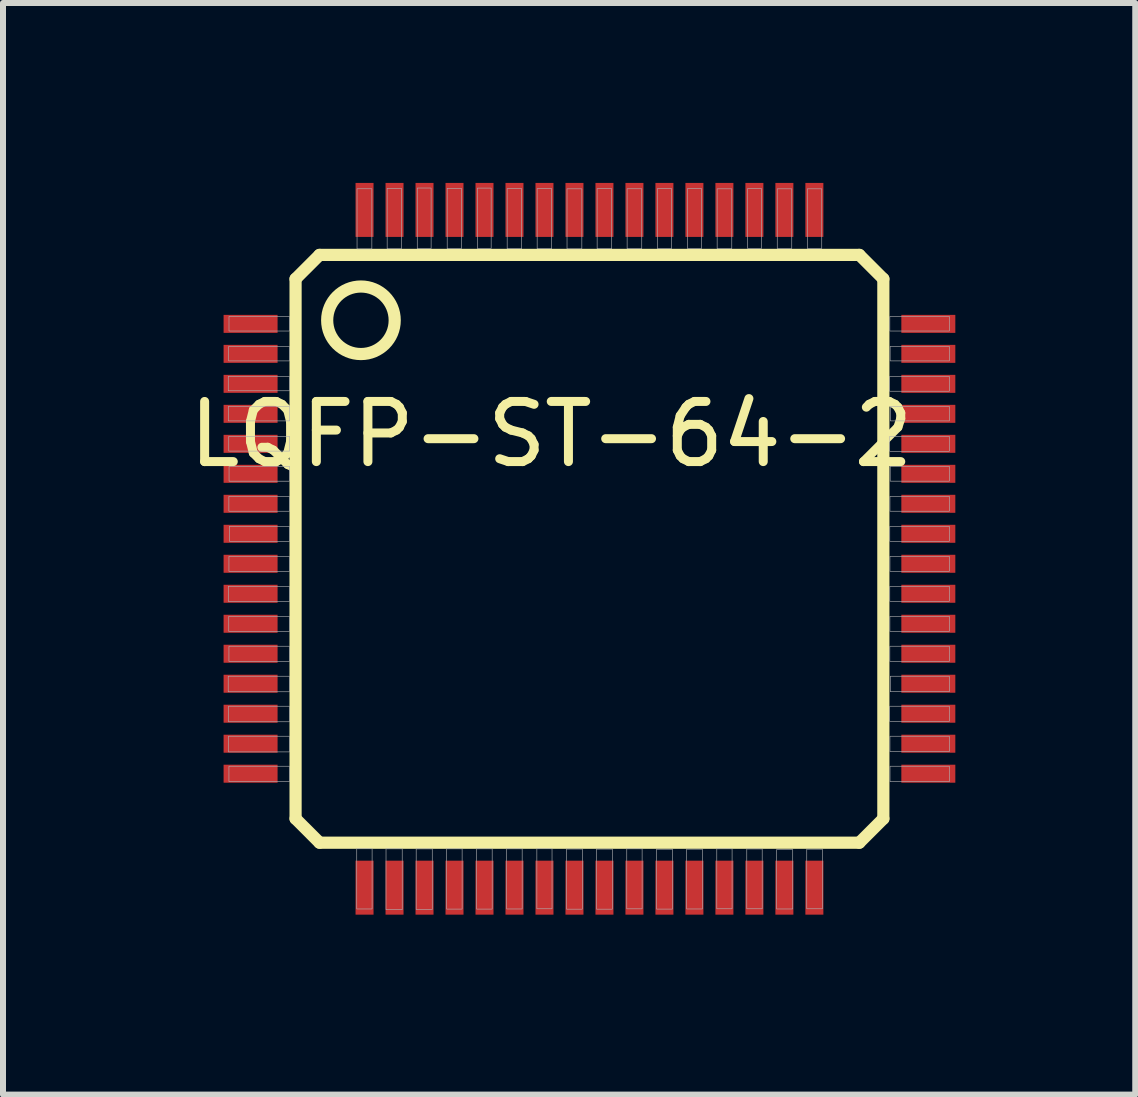
<source format=kicad_pcb>
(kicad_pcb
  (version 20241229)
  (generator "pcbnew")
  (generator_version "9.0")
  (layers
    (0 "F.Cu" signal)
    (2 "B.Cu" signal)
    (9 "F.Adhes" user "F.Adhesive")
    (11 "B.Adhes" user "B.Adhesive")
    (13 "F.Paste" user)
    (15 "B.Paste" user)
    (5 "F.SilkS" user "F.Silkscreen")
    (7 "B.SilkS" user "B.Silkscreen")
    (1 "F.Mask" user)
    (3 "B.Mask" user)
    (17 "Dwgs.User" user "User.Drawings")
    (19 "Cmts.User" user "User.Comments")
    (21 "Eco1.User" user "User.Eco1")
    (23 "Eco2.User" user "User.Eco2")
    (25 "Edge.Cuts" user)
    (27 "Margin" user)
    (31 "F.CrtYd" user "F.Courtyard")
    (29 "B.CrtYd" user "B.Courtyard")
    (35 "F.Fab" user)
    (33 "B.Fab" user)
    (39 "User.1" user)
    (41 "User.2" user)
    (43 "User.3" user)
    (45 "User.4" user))
  (footprint "LQFP-ST-64-2"
    (layer "F.Cu")
    (at 6.778 6.1)
    (property "Reference" "LQFP-ST-64-2" (at -0.637 -1.91 0) (layer "F.SilkS") (effects (font (size 1.003 1.003) (thickness 0.15))))
    (attr smd)
    (fp_line (start -4.9 -4.5) (end -4.5 -4.9) (stroke (width 0.203) (type solid)) (layer "F.SilkS"))
    (fp_line (start -4.9 4.5) (end -4.9 -4.5) (stroke (width 0.203) (type solid)) (layer "F.SilkS"))
    (fp_line (start -4.5 -4.9) (end 4.5 -4.9) (stroke (width 0.203) (type solid)) (layer "F.SilkS"))
    (fp_line (start -4.5 4.9) (end -4.9 4.5) (stroke (width 0.203) (type solid)) (layer "F.SilkS"))
    (fp_line (start 4.5 -4.9) (end 4.9 -4.5) (stroke (width 0.203) (type solid)) (layer "F.SilkS"))
    (fp_line (start 4.5 4.9) (end -4.5 4.9) (stroke (width 0.203) (type solid)) (layer "F.SilkS"))
    (fp_line (start 4.9 -4.5) (end 4.9 4.5) (stroke (width 0.203) (type solid)) (layer "F.SilkS"))
    (fp_line (start 4.9 4.5) (end 4.5 4.9) (stroke (width 0.203) (type solid)) (layer "F.SilkS"))
    (fp_circle (center -3.81 -3.81) (end -3.247 -3.81) (stroke (width 0.203) (type solid)) (fill no) (layer "F.SilkS"))
    (fp_poly (pts (xy -6.023 2.125) (xy -5 2.125) (xy -5 2.384) (xy -6.023 2.384)) (stroke (width 0.01) (type solid)) (fill no) (layer "F.Fab"))
    (fp_poly (pts (xy -6.022 -2.875) (xy -5 -2.875) (xy -5 -2.635) (xy -6.022 -2.635)) (stroke (width 0.01) (type solid)) (fill no) (layer "F.Fab"))
    (fp_poly (pts (xy -6.021 0.625) (xy -5 0.625) (xy -5 0.878) (xy -6.021 0.878)) (stroke (width 0.01) (type solid)) (fill no) (layer "F.Fab"))
    (fp_poly (pts (xy -6.02 -2.375) (xy -5 -2.375) (xy -5 -2.132) (xy -6.02 -2.132)) (stroke (width 0.01) (type solid)) (fill no) (layer "F.Fab"))
    (fp_poly (pts (xy -6.019 3.125) (xy -5 3.125) (xy -5 3.386) (xy -6.019 3.386)) (stroke (width 0.01) (type solid)) (fill no) (layer "F.Fab"))
    (fp_poly (pts (xy -6.018 2.625) (xy -5 2.625) (xy -5 2.884) (xy -6.018 2.884)) (stroke (width 0.01) (type solid)) (fill no) (layer "F.Fab"))
    (fp_poly (pts (xy -6.015 -3.375) (xy -5 -3.375) (xy -5 -3.133) (xy -6.015 -3.133)) (stroke (width 0.01) (type solid)) (fill no) (layer "F.Fab"))
    (fp_poly (pts (xy -6.014 1.125) (xy -5 1.125) (xy -5 1.378) (xy -6.014 1.378)) (stroke (width 0.01) (type solid)) (fill no) (layer "F.Fab"))
    (fp_poly (pts (xy -6.014 -1.875) (xy -5 -1.875) (xy -5 -1.629) (xy -6.014 -1.629)) (stroke (width 0.01) (type solid)) (fill no) (layer "F.Fab"))
    (fp_poly (pts (xy -6.012 -0.875) (xy -5 -0.875) (xy -5 -0.626) (xy -6.012 -0.626)) (stroke (width 0.01) (type solid)) (fill no) (layer "F.Fab"))
    (fp_poly (pts (xy -6.011 0.125) (xy -5 0.125) (xy -5 0.376) (xy -6.011 0.376)) (stroke (width 0.01) (type solid)) (fill no) (layer "F.Fab"))
    (fp_poly (pts (xy -6.011 3.625) (xy -5 3.625) (xy -5 3.882) (xy -6.011 3.882)) (stroke (width 0.01) (type solid)) (fill no) (layer "F.Fab"))
    (fp_poly (pts (xy -6.011 1.625) (xy -5 1.625) (xy -5 1.878) (xy -6.011 1.878)) (stroke (width 0.01) (type solid)) (fill no) (layer "F.Fab"))
    (fp_poly (pts (xy -6.01 -3.875) (xy -5 -3.875) (xy -5 -3.631) (xy -6.01 -3.631)) (stroke (width 0.01) (type solid)) (fill no) (layer "F.Fab"))
    (fp_poly (pts (xy -6.009 -1.375) (xy -5 -1.375) (xy -5 -1.127) (xy -6.009 -1.127)) (stroke (width 0.01) (type solid)) (fill no) (layer "F.Fab"))
    (fp_poly (pts (xy -6.003 -0.375) (xy -5 -0.375) (xy -5 -0.125) (xy -6.003 -0.125)) (stroke (width 0.01) (type solid)) (fill no) (layer "F.Fab"))
    (fp_poly (pts (xy -3.88 6.005) (xy -3.88 5.001) (xy -3.624 5.001) (xy -3.624 6.005)) (stroke (width 0.01) (type solid)) (fill no) (layer "F.Fab"))
    (fp_poly (pts (xy -3.628 -6.003) (xy -3.628 -5) (xy -3.875 -5) (xy -3.875 -6.003)) (stroke (width 0.01) (type solid)) (fill no) (layer "F.Fab"))
    (fp_poly (pts (xy -3.392 6.017) (xy -3.392 5.003) (xy -3.122 5.003) (xy -3.122 6.017)) (stroke (width 0.01) (type solid)) (fill no) (layer "F.Fab"))
    (fp_poly (pts (xy -3.134 -6.009) (xy -3.134 -5.002) (xy -3.373 -5.002) (xy -3.373 -6.009)) (stroke (width 0.01) (type solid)) (fill no) (layer "F.Fab"))
    (fp_poly (pts (xy -2.889 6.014) (xy -2.889 5.004) (xy -2.621 5.004) (xy -2.621 6.014)) (stroke (width 0.01) (type solid)) (fill no) (layer "F.Fab"))
    (fp_poly (pts (xy -2.64 -6.015) (xy -2.64 -5.004) (xy -2.871 -5.004) (xy -2.871 -6.015)) (stroke (width 0.01) (type solid)) (fill no) (layer "F.Fab"))
    (fp_poly (pts (xy -2.382 6.007) (xy -2.382 5.002) (xy -2.123 5.002) (xy -2.123 6.007)) (stroke (width 0.01) (type solid)) (fill no) (layer "F.Fab"))
    (fp_poly (pts (xy -2.135 -6.01) (xy -2.135 -5.003) (xy -2.372 -5.003) (xy -2.372 -6.01)) (stroke (width 0.01) (type solid)) (fill no) (layer "F.Fab"))
    (fp_poly (pts (xy -1.882 6.007) (xy -1.882 5.003) (xy -1.622 5.003) (xy -1.622 6.007)) (stroke (width 0.01) (type solid)) (fill no) (layer "F.Fab"))
    (fp_poly (pts (xy -1.639 -6.014) (xy -1.639 -5.006) (xy -1.869 -5.006) (xy -1.869 -6.014)) (stroke (width 0.01) (type solid)) (fill no) (layer "F.Fab"))
    (fp_poly (pts (xy -1.38 6.005) (xy -1.38 5.003) (xy -1.122 5.003) (xy -1.122 6.005)) (stroke (width 0.01) (type solid)) (fill no) (layer "F.Fab"))
    (fp_poly (pts (xy -1.13 -6.005) (xy -1.13 -5.003) (xy -1.372 -5.003) (xy -1.372 -6.005)) (stroke (width 0.01) (type solid)) (fill no) (layer "F.Fab"))
    (fp_poly (pts (xy -0.877 6.002) (xy -0.877 5.001) (xy -0.624 5.001) (xy -0.624 6.002)) (stroke (width 0.01) (type solid)) (fill no) (layer "F.Fab"))
    (fp_poly (pts (xy -0.63 -6.005) (xy -0.63 -5.003) (xy -0.872 -5.003) (xy -0.872 -6.005)) (stroke (width 0.01) (type solid)) (fill no) (layer "F.Fab"))
    (fp_poly (pts (xy -0.383 6.008) (xy -0.383 5.006) (xy -0.119 5.006) (xy -0.119 6.008)) (stroke (width 0.01) (type solid)) (fill no) (layer "F.Fab"))
    (fp_poly (pts (xy -0.127 -6.002) (xy -0.127 -5.001) (xy -0.374 -5.001) (xy -0.374 -6.002)) (stroke (width 0.01) (type solid)) (fill no) (layer "F.Fab"))
    (fp_poly (pts (xy 0.117 6.008) (xy 0.117 5.007) (xy 0.382 5.007) (xy 0.382 6.008)) (stroke (width 0.01) (type solid)) (fill no) (layer "F.Fab"))
    (fp_poly (pts (xy 0.371 -6.004) (xy 0.371 -5.003) (xy 0.128 -5.003) (xy 0.128 -6.004)) (stroke (width 0.01) (type solid)) (fill no) (layer "F.Fab"))
    (fp_poly (pts (xy 0.622 6.003) (xy 0.622 5.003) (xy 0.878 5.003) (xy 0.878 6.003)) (stroke (width 0.01) (type solid)) (fill no) (layer "F.Fab"))
    (fp_poly (pts (xy 0.872 -6.003) (xy 0.872 -5.003) (xy 0.628 -5.003) (xy 0.628 -6.003)) (stroke (width 0.01) (type solid)) (fill no) (layer "F.Fab"))
    (fp_poly (pts (xy 1.118 6.007) (xy 1.118 5.009) (xy 1.384 5.009) (xy 1.384 6.007)) (stroke (width 0.01) (type solid)) (fill no) (layer "F.Fab"))
    (fp_poly (pts (xy 1.371 -6.004) (xy 1.371 -5.006) (xy 1.131 -5.006) (xy 1.131 -6.004)) (stroke (width 0.01) (type solid)) (fill no) (layer "F.Fab"))
    (fp_poly (pts (xy 1.62 6.005) (xy 1.62 5.008) (xy 1.883 5.008) (xy 1.883 6.005)) (stroke (width 0.01) (type solid)) (fill no) (layer "F.Fab"))
    (fp_poly (pts (xy 1.871 -6.004) (xy 1.871 -5.007) (xy 1.632 -5.007) (xy 1.632 -6.004)) (stroke (width 0.01) (type solid)) (fill no) (layer "F.Fab"))
    (fp_poly (pts (xy 2.123 6.002) (xy 2.123 5.003) (xy 2.378 5.003) (xy 2.378 6.002)) (stroke (width 0.01) (type solid)) (fill no) (layer "F.Fab"))
    (fp_poly (pts (xy 2.373 -6.002) (xy 2.373 -5.004) (xy 2.129 -5.004) (xy 2.129 -6.002)) (stroke (width 0.01) (type solid)) (fill no) (layer "F.Fab"))
    (fp_poly (pts (xy 2.623 6.002) (xy 2.623 5.005) (xy 2.88 5.005) (xy 2.88 6.002)) (stroke (width 0.01) (type solid)) (fill no) (layer "F.Fab"))
    (fp_poly (pts (xy 2.871 -6.004) (xy 2.871 -5.009) (xy 2.634 -5.009) (xy 2.634 -6.004)) (stroke (width 0.01) (type solid)) (fill no) (layer "F.Fab"))
    (fp_poly (pts (xy 3.12 6.005) (xy 3.12 5.014) (xy 3.389 5.014) (xy 3.389 6.005)) (stroke (width 0.01) (type solid)) (fill no) (layer "F.Fab"))
    (fp_poly (pts (xy 3.373 -6.002) (xy 3.373 -5.006) (xy 3.131 -5.006) (xy 3.131 -6.002)) (stroke (width 0.01) (type solid)) (fill no) (layer "F.Fab"))
    (fp_poly (pts (xy 3.623 6.002) (xy 3.623 5.008) (xy 3.883 5.008) (xy 3.883 6.002)) (stroke (width 0.01) (type solid)) (fill no) (layer "F.Fab"))
    (fp_poly (pts (xy 3.873 -6.002) (xy 3.873 -5.007) (xy 3.632 -5.007) (xy 3.632 -6.002)) (stroke (width 0.01) (type solid)) (fill no) (layer "F.Fab"))
    (fp_poly (pts (xy 6 -3.631) (xy 5.008 -3.631) (xy 5.008 -3.875) (xy 6 -3.875)) (stroke (width 0.01) (type solid)) (fill no) (layer "F.Fab"))
    (fp_poly (pts (xy 6 -3.133) (xy 5.013 -3.133) (xy 5.013 -3.375) (xy 6 -3.375)) (stroke (width 0.01) (type solid)) (fill no) (layer "F.Fab"))
    (fp_poly (pts (xy 6 -2.627) (xy 5.003 -2.627) (xy 5.003 -2.875) (xy 6 -2.875)) (stroke (width 0.01) (type solid)) (fill no) (layer "F.Fab"))
    (fp_poly (pts (xy 6 -2.132) (xy 5.016 -2.132) (xy 5.016 -2.375) (xy 6 -2.375)) (stroke (width 0.01) (type solid)) (fill no) (layer "F.Fab"))
    (fp_poly (pts (xy 6 -1.626) (xy 5.005 -1.626) (xy 5.005 -1.875) (xy 6 -1.875)) (stroke (width 0.01) (type solid)) (fill no) (layer "F.Fab"))
    (fp_poly (pts (xy 6 -1.128) (xy 5.014 -1.128) (xy 5.014 -1.375) (xy 6 -1.375)) (stroke (width 0.01) (type solid)) (fill no) (layer "F.Fab"))
    (fp_poly (pts (xy 6 -0.626) (xy 5.01 -0.626) (xy 5.01 -0.875) (xy 6 -0.875)) (stroke (width 0.01) (type solid)) (fill no) (layer "F.Fab"))
    (fp_poly (pts (xy 6 -0.125) (xy 5.007 -0.125) (xy 5.007 -0.375) (xy 6 -0.375)) (stroke (width 0.01) (type solid)) (fill no) (layer "F.Fab"))
    (fp_poly (pts (xy 6 0.376) (xy 5.01 0.376) (xy 5.01 0.125) (xy 6 0.125)) (stroke (width 0.01) (type solid)) (fill no) (layer "F.Fab"))
    (fp_poly (pts (xy 6 0.876) (xy 5.007 0.876) (xy 5.007 0.625) (xy 6 0.625)) (stroke (width 0.01) (type solid)) (fill no) (layer "F.Fab"))
    (fp_poly (pts (xy 6 1.378) (xy 5.009 1.378) (xy 5.009 1.125) (xy 6 1.125)) (stroke (width 0.01) (type solid)) (fill no) (layer "F.Fab"))
    (fp_poly (pts (xy 6 1.878) (xy 5.008 1.878) (xy 5.008 1.625) (xy 6 1.625)) (stroke (width 0.01) (type solid)) (fill no) (layer "F.Fab"))
    (fp_poly (pts (xy 6 2.383) (xy 5.016 2.383) (xy 5.016 2.125) (xy 6 2.125)) (stroke (width 0.01) (type solid)) (fill no) (layer "F.Fab"))
    (fp_poly (pts (xy 6 2.878) (xy 5.005 2.878) (xy 5.005 2.625) (xy 6 2.625)) (stroke (width 0.01) (type solid)) (fill no) (layer "F.Fab"))
    (fp_poly (pts (xy 6 3.382) (xy 5.01 3.382) (xy 5.01 3.125) (xy 6 3.125)) (stroke (width 0.01) (type solid)) (fill no) (layer "F.Fab"))
    (fp_poly (pts (xy 6 3.883) (xy 5.011 3.883) (xy 5.011 3.625) (xy 6 3.625)) (stroke (width 0.01) (type solid)) (fill no) (layer "F.Fab"))
    (pad "1" smd rect (at -5.65 -3.75) (size 0.9 0.3) (layers "F.Cu" "F.Mask" "F.Paste"))
    (pad "2" smd rect (at -5.65 -3.25) (size 0.9 0.3) (layers "F.Cu" "F.Mask" "F.Paste"))
    (pad "3" smd rect (at -5.65 -2.75) (size 0.9 0.3) (layers "F.Cu" "F.Mask" "F.Paste"))
    (pad "4" smd rect (at -5.65 -2.25) (size 0.9 0.3) (layers "F.Cu" "F.Mask" "F.Paste"))
    (pad "5" smd rect (at -5.65 -1.75) (size 0.9 0.3) (layers "F.Cu" "F.Mask" "F.Paste"))
    (pad "6" smd rect (at -5.65 -1.25) (size 0.9 0.3) (layers "F.Cu" "F.Mask" "F.Paste"))
    (pad "7" smd rect (at -5.65 -0.75) (size 0.9 0.3) (layers "F.Cu" "F.Mask" "F.Paste"))
    (pad "8" smd rect (at -5.65 -0.25) (size 0.9 0.3) (layers "F.Cu" "F.Mask" "F.Paste"))
    (pad "9" smd rect (at -5.65 0.25) (size 0.9 0.3) (layers "F.Cu" "F.Mask" "F.Paste"))
    (pad "10" smd rect (at -5.65 0.75) (size 0.9 0.3) (layers "F.Cu" "F.Mask" "F.Paste"))
    (pad "11" smd rect (at -5.65 1.25) (size 0.9 0.3) (layers "F.Cu" "F.Mask" "F.Paste"))
    (pad "12" smd rect (at -5.65 1.75) (size 0.9 0.3) (layers "F.Cu" "F.Mask" "F.Paste"))
    (pad "13" smd rect (at -5.65 2.25) (size 0.9 0.3) (layers "F.Cu" "F.Mask" "F.Paste"))
    (pad "14" smd rect (at -5.65 2.75) (size 0.9 0.3) (layers "F.Cu" "F.Mask" "F.Paste"))
    (pad "15" smd rect (at -5.65 3.25) (size 0.9 0.3) (layers "F.Cu" "F.Mask" "F.Paste"))
    (pad "16" smd rect (at -5.65 3.75) (size 0.9 0.3) (layers "F.Cu" "F.Mask" "F.Paste"))
    (pad "17" smd rect (at -3.75 5.65) (size 0.3 0.9) (layers "F.Cu" "F.Mask" "F.Paste"))
    (pad "18" smd rect (at -3.25 5.65) (size 0.3 0.9) (layers "F.Cu" "F.Mask" "F.Paste"))
    (pad "19" smd rect (at -2.75 5.65) (size 0.3 0.9) (layers "F.Cu" "F.Mask" "F.Paste"))
    (pad "20" smd rect (at -2.25 5.65) (size 0.3 0.9) (layers "F.Cu" "F.Mask" "F.Paste"))
    (pad "21" smd rect (at -1.75 5.65) (size 0.3 0.9) (layers "F.Cu" "F.Mask" "F.Paste"))
    (pad "22" smd rect (at -1.25 5.65) (size 0.3 0.9) (layers "F.Cu" "F.Mask" "F.Paste"))
    (pad "23" smd rect (at -0.75 5.65) (size 0.3 0.9) (layers "F.Cu" "F.Mask" "F.Paste"))
    (pad "24" smd rect (at -0.25 5.65) (size 0.3 0.9) (layers "F.Cu" "F.Mask" "F.Paste"))
    (pad "25" smd rect (at 0.25 5.65) (size 0.3 0.9) (layers "F.Cu" "F.Mask" "F.Paste"))
    (pad "26" smd rect (at 0.75 5.65) (size 0.3 0.9) (layers "F.Cu" "F.Mask" "F.Paste"))
    (pad "27" smd rect (at 1.25 5.65) (size 0.3 0.9) (layers "F.Cu" "F.Mask" "F.Paste"))
    (pad "28" smd rect (at 1.75 5.65) (size 0.3 0.9) (layers "F.Cu" "F.Mask" "F.Paste"))
    (pad "29" smd rect (at 2.25 5.65) (size 0.3 0.9) (layers "F.Cu" "F.Mask" "F.Paste"))
    (pad "30" smd rect (at 2.75 5.65) (size 0.3 0.9) (layers "F.Cu" "F.Mask" "F.Paste"))
    (pad "31" smd rect (at 3.25 5.65) (size 0.3 0.9) (layers "F.Cu" "F.Mask" "F.Paste"))
    (pad "32" smd rect (at 3.75 5.65) (size 0.3 0.9) (layers "F.Cu" "F.Mask" "F.Paste"))
    (pad "33" smd rect (at 5.65 3.75) (size 0.9 0.3) (layers "F.Cu" "F.Mask" "F.Paste"))
    (pad "34" smd rect (at 5.65 3.25) (size 0.9 0.3) (layers "F.Cu" "F.Mask" "F.Paste"))
    (pad "35" smd rect (at 5.65 2.75) (size 0.9 0.3) (layers "F.Cu" "F.Mask" "F.Paste"))
    (pad "36" smd rect (at 5.65 2.25) (size 0.9 0.3) (layers "F.Cu" "F.Mask" "F.Paste"))
    (pad "37" smd rect (at 5.65 1.75) (size 0.9 0.3) (layers "F.Cu" "F.Mask" "F.Paste"))
    (pad "38" smd rect (at 5.65 1.25) (size 0.9 0.3) (layers "F.Cu" "F.Mask" "F.Paste"))
    (pad "39" smd rect (at 5.65 0.75) (size 0.9 0.3) (layers "F.Cu" "F.Mask" "F.Paste"))
    (pad "40" smd rect (at 5.65 0.25) (size 0.9 0.3) (layers "F.Cu" "F.Mask" "F.Paste"))
    (pad "41" smd rect (at 5.65 -0.25) (size 0.9 0.3) (layers "F.Cu" "F.Mask" "F.Paste"))
    (pad "42" smd rect (at 5.65 -0.75) (size 0.9 0.3) (layers "F.Cu" "F.Mask" "F.Paste"))
    (pad "43" smd rect (at 5.65 -1.25) (size 0.9 0.3) (layers "F.Cu" "F.Mask" "F.Paste"))
    (pad "44" smd rect (at 5.65 -1.75) (size 0.9 0.3) (layers "F.Cu" "F.Mask" "F.Paste"))
    (pad "45" smd rect (at 5.65 -2.25) (size 0.9 0.3) (layers "F.Cu" "F.Mask" "F.Paste"))
    (pad "46" smd rect (at 5.65 -2.75) (size 0.9 0.3) (layers "F.Cu" "F.Mask" "F.Paste"))
    (pad "47" smd rect (at 5.65 -3.25) (size 0.9 0.3) (layers "F.Cu" "F.Mask" "F.Paste"))
    (pad "48" smd rect (at 5.65 -3.75) (size 0.9 0.3) (layers "F.Cu" "F.Mask" "F.Paste"))
    (pad "49" smd rect (at 3.75 -5.65) (size 0.3 0.9) (layers "F.Cu" "F.Mask" "F.Paste"))
    (pad "50" smd rect (at 3.25 -5.65) (size 0.3 0.9) (layers "F.Cu" "F.Mask" "F.Paste"))
    (pad "51" smd rect (at 2.75 -5.65) (size 0.3 0.9) (layers "F.Cu" "F.Mask" "F.Paste"))
    (pad "52" smd rect (at 2.25 -5.65) (size 0.3 0.9) (layers "F.Cu" "F.Mask" "F.Paste"))
    (pad "53" smd rect (at 1.75 -5.65) (size 0.3 0.9) (layers "F.Cu" "F.Mask" "F.Paste"))
    (pad "54" smd rect (at 1.25 -5.65) (size 0.3 0.9) (layers "F.Cu" "F.Mask" "F.Paste"))
    (pad "55" smd rect (at 0.75 -5.65) (size 0.3 0.9) (layers "F.Cu" "F.Mask" "F.Paste"))
    (pad "56" smd rect (at 0.25 -5.65) (size 0.3 0.9) (layers "F.Cu" "F.Mask" "F.Paste"))
    (pad "57" smd rect (at -0.25 -5.65) (size 0.3 0.9) (layers "F.Cu" "F.Mask" "F.Paste"))
    (pad "58" smd rect (at -0.75 -5.65) (size 0.3 0.9) (layers "F.Cu" "F.Mask" "F.Paste"))
    (pad "59" smd rect (at -1.25 -5.65) (size 0.3 0.9) (layers "F.Cu" "F.Mask" "F.Paste"))
    (pad "60" smd rect (at -1.75 -5.65) (size 0.3 0.9) (layers "F.Cu" "F.Mask" "F.Paste"))
    (pad "61" smd rect (at -2.25 -5.65) (size 0.3 0.9) (layers "F.Cu" "F.Mask" "F.Paste"))
    (pad "62" smd rect (at -2.75 -5.65) (size 0.3 0.9) (layers "F.Cu" "F.Mask" "F.Paste"))
    (pad "63" smd rect (at -3.25 -5.65) (size 0.3 0.9) (layers "F.Cu" "F.Mask" "F.Paste"))
    (pad "64" smd rect (at -3.75 -5.65) (size 0.3 0.9) (layers "F.Cu" "F.Mask" "F.Paste")))
  (gr_rect
    (start -3 -3)
    (end 15.878 15.2)
    (stroke (width 0.1) (type default))
    (fill no)
    (layer "Edge.Cuts")))
</source>
